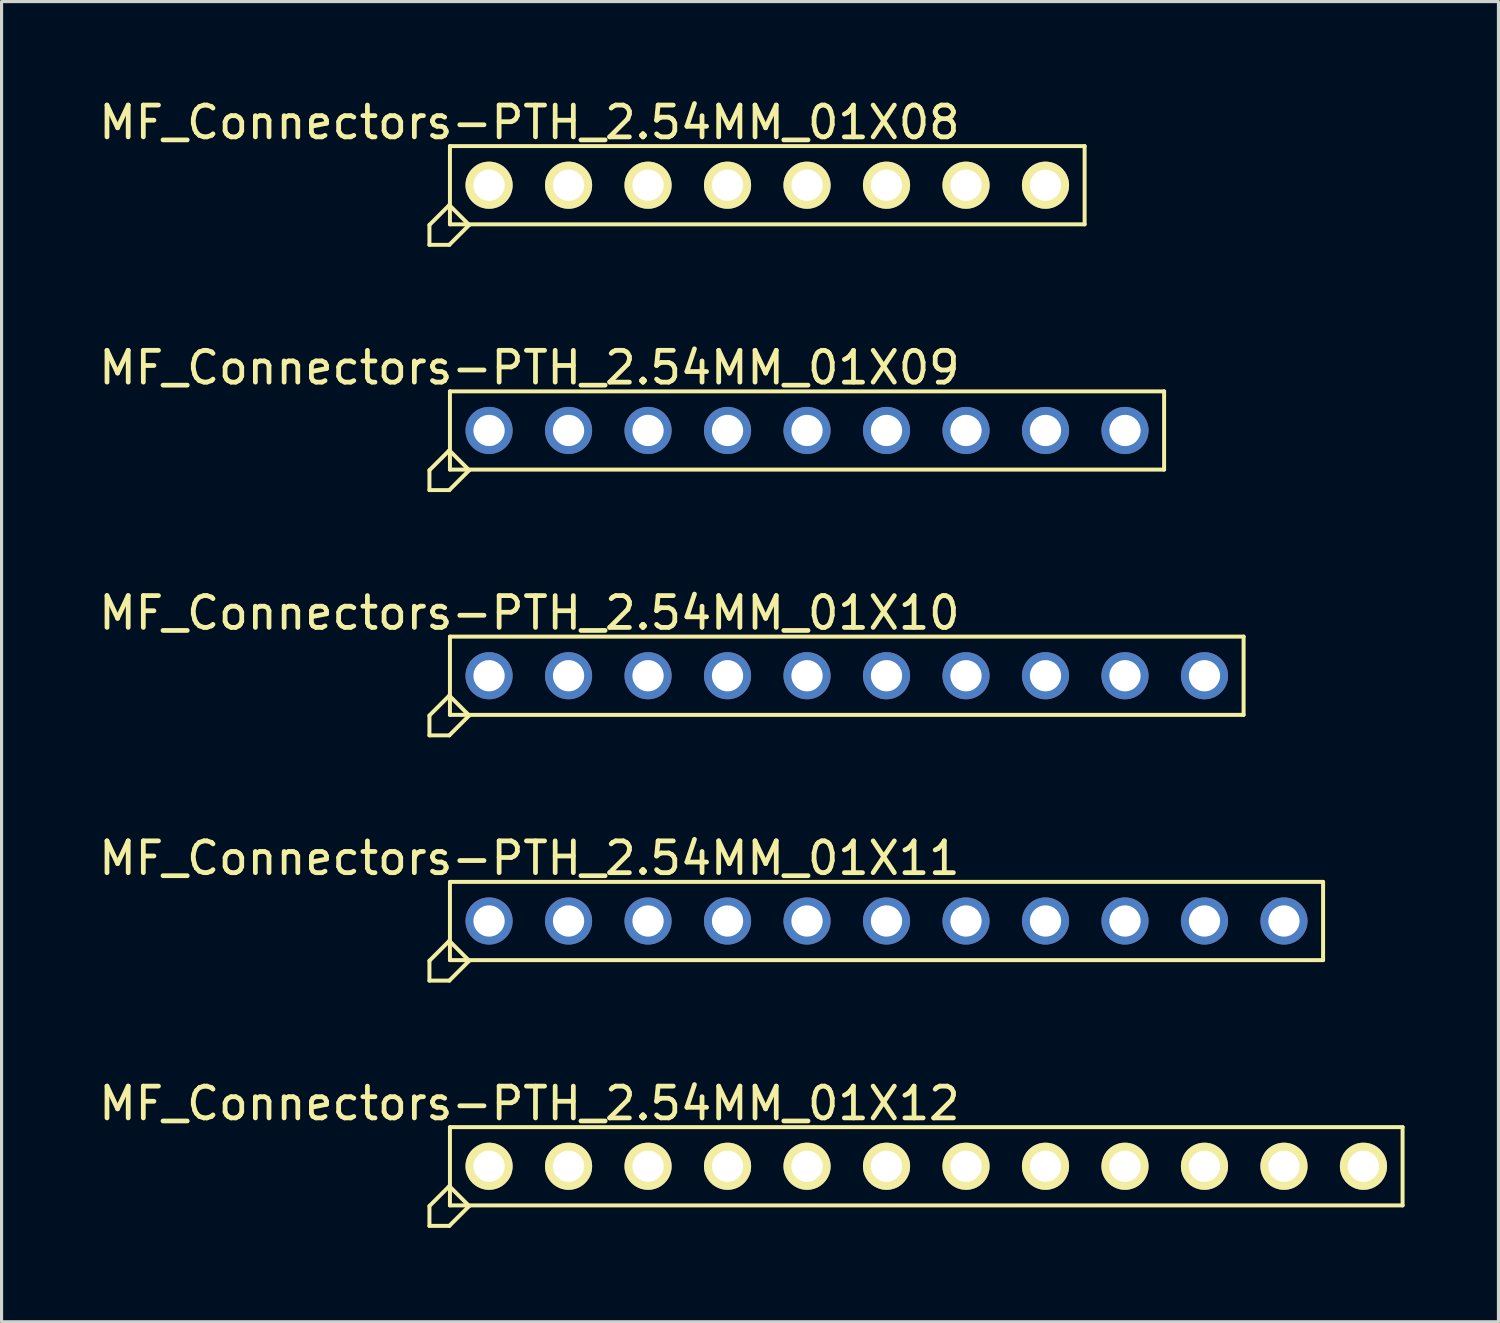
<source format=kicad_pcb>
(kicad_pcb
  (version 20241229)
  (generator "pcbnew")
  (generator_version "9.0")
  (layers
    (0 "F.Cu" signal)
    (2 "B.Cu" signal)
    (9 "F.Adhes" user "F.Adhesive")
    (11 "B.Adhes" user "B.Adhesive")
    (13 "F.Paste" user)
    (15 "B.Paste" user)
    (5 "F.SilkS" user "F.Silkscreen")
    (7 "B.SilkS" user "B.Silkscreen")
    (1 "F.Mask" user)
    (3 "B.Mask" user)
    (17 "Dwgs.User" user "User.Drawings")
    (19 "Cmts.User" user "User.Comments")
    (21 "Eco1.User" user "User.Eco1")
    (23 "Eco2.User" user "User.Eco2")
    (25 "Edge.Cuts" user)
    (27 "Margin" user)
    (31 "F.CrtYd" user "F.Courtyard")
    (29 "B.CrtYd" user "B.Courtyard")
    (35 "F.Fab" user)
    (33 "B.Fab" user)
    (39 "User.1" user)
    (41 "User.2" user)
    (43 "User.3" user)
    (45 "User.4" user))
  (footprint "MF_Connectors-PTH_2.54MM_01X12"
    (layer "F.Cu")
    (at 26.547 34.216)
    (property "Reference" "MF_Connectors-PTH_2.54MM_01X12" (at -12.68 -2.007 0) (layer "F.SilkS") (effects (font (size 1.016 1.016) (thickness 0.152))))
    (attr exclude_from_pos_files exclude_from_bom)
    (fp_line (start -15.875 1.27) (end -15.875 1.905) (stroke (width 0.127) (type solid)) (layer "F.SilkS"))
    (fp_line (start -15.875 1.905) (end -15.24 1.905) (stroke (width 0.127) (type solid)) (layer "F.SilkS"))
    (fp_line (start -15.24 0.635) (end -15.875 1.27) (stroke (width 0.127) (type solid)) (layer "F.SilkS"))
    (fp_line (start -15.24 1.905) (end -14.605 1.27) (stroke (width 0.127) (type solid)) (layer "F.SilkS"))
    (fp_line (start -15.22 -1.25) (end 15.22 -1.25) (stroke (width 0.127) (type solid)) (layer "F.SilkS"))
    (fp_line (start -15.22 1.25) (end -15.22 -1.25) (stroke (width 0.127) (type solid)) (layer "F.SilkS"))
    (fp_line (start -14.605 1.27) (end -15.24 0.635) (stroke (width 0.127) (type solid)) (layer "F.SilkS"))
    (fp_line (start 15.22 -1.25) (end 15.22 1.25) (stroke (width 0.127) (type solid)) (layer "F.SilkS"))
    (fp_line (start 15.22 1.25) (end -15.22 1.25) (stroke (width 0.127) (type solid)) (layer "F.SilkS"))
    (pad "P$1" thru_hole circle (at -13.97 0) (size 1.506 1.506) (drill 0.998) (layers "*.Cu" "F.Mask" "F.SilkS" "F.Paste"))
    (pad "P$2" thru_hole circle (at -11.43 0) (size 1.506 1.506) (drill 0.998) (layers "*.Cu" "F.Mask" "F.SilkS" "F.Paste"))
    (pad "P$3" thru_hole circle (at -8.89 0) (size 1.506 1.506) (drill 0.998) (layers "*.Cu" "F.Mask" "F.SilkS" "F.Paste"))
    (pad "P$4" thru_hole circle (at -6.35 0) (size 1.506 1.506) (drill 0.998) (layers "*.Cu" "F.Mask" "F.SilkS" "F.Paste"))
    (pad "P$5" thru_hole circle (at -3.81 0) (size 1.506 1.506) (drill 0.998) (layers "*.Cu" "F.Mask" "F.SilkS" "F.Paste"))
    (pad "P$6" thru_hole circle (at -1.27 0) (size 1.506 1.506) (drill 0.998) (layers "*.Cu" "F.Mask" "F.SilkS" "F.Paste"))
    (pad "P$7" thru_hole circle (at 1.27 0) (size 1.506 1.506) (drill 0.998) (layers "*.Cu" "F.Mask" "F.SilkS" "F.Paste"))
    (pad "P$8" thru_hole circle (at 3.81 0) (size 1.506 1.506) (drill 0.998) (layers "*.Cu" "F.Mask" "F.SilkS" "F.Paste"))
    (pad "P$9" thru_hole circle (at 6.35 0) (size 1.506 1.506) (drill 0.998) (layers "*.Cu" "F.Mask" "F.SilkS" "F.Paste"))
    (pad "P$10" thru_hole circle (at 8.89 0) (size 1.506 1.506) (drill 0.998) (layers "*.Cu" "F.Mask" "F.SilkS" "F.Paste"))
    (pad "P$11" thru_hole circle (at 11.43 0) (size 1.506 1.506) (drill 0.998) (layers "*.Cu" "F.Mask" "F.SilkS" "F.Paste"))
    (pad "P$12" thru_hole circle (at 13.97 0) (size 1.506 1.506) (drill 0.998) (layers "*.Cu" "F.Mask" "F.SilkS" "F.Paste")))
  (footprint "MF_Connectors-PTH_2.54MM_01X11"
    (layer "F.Cu")
    (at 25.277 26.379)
    (property "Reference" "MF_Connectors-PTH_2.54MM_01X11" (at -11.41 -2.007 0) (layer "F.SilkS") (effects (font (size 1.016 1.016) (thickness 0.152))))
    (attr exclude_from_pos_files exclude_from_bom)
    (fp_line (start -14.605 1.27) (end -14.605 1.905) (stroke (width 0.127) (type solid)) (layer "F.SilkS"))
    (fp_line (start -14.605 1.905) (end -13.97 1.905) (stroke (width 0.127) (type solid)) (layer "F.SilkS"))
    (fp_line (start -13.97 0.635) (end -14.605 1.27) (stroke (width 0.127) (type solid)) (layer "F.SilkS"))
    (fp_line (start -13.97 1.905) (end -13.335 1.27) (stroke (width 0.127) (type solid)) (layer "F.SilkS"))
    (fp_line (start -13.95 -1.25) (end 13.95 -1.25) (stroke (width 0.127) (type solid)) (layer "F.SilkS"))
    (fp_line (start -13.95 1.25) (end -13.95 -1.25) (stroke (width 0.127) (type solid)) (layer "F.SilkS"))
    (fp_line (start -13.335 1.27) (end -13.97 0.635) (stroke (width 0.127) (type solid)) (layer "F.SilkS"))
    (fp_line (start 13.95 -1.25) (end 13.95 1.25) (stroke (width 0.127) (type solid)) (layer "F.SilkS"))
    (fp_line (start 13.95 1.25) (end -13.95 1.25) (stroke (width 0.127) (type solid)) (layer "F.SilkS"))
    (pad "1" thru_hole circle (at -12.7 0) (size 1.506 1.506) (drill 0.998) (layers "*.Cu" "*.Mask"))
    (pad "2" thru_hole circle (at -10.16 0) (size 1.506 1.506) (drill 0.998) (layers "*.Cu" "*.Mask"))
    (pad "3" thru_hole circle (at -7.62 0) (size 1.506 1.506) (drill 0.998) (layers "*.Cu" "*.Mask"))
    (pad "4" thru_hole circle (at -5.08 0) (size 1.506 1.506) (drill 0.998) (layers "*.Cu" "*.Mask"))
    (pad "5" thru_hole circle (at -2.54 0) (size 1.506 1.506) (drill 0.998) (layers "*.Cu" "*.Mask"))
    (pad "6" thru_hole circle (at 0 0) (size 1.506 1.506) (drill 0.998) (layers "*.Cu" "*.Mask"))
    (pad "7" thru_hole circle (at 2.54 0) (size 1.506 1.506) (drill 0.998) (layers "*.Cu" "*.Mask"))
    (pad "8" thru_hole circle (at 5.08 0) (size 1.506 1.506) (drill 0.998) (layers "*.Cu" "*.Mask"))
    (pad "9" thru_hole circle (at 7.62 0) (size 1.506 1.506) (drill 0.998) (layers "*.Cu" "*.Mask"))
    (pad "10" thru_hole circle (at 10.16 0) (size 1.506 1.506) (drill 0.998) (layers "*.Cu" "*.Mask"))
    (pad "11" thru_hole circle (at 12.7 0) (size 1.506 1.506) (drill 0.998) (layers "*.Cu" "*.Mask")))
  (footprint "MF_Connectors-PTH_2.54MM_01X10"
    (layer "F.Cu")
    (at 24.007 18.542)
    (property "Reference" "MF_Connectors-PTH_2.54MM_01X10" (at -10.14 -2.007 0) (layer "F.SilkS") (effects (font (size 1.016 1.016) (thickness 0.152))))
    (attr exclude_from_pos_files exclude_from_bom)
    (fp_line (start -13.335 1.27) (end -13.335 1.905) (stroke (width 0.127) (type solid)) (layer "F.SilkS"))
    (fp_line (start -13.335 1.905) (end -12.7 1.905) (stroke (width 0.127) (type solid)) (layer "F.SilkS"))
    (fp_line (start -12.7 0.635) (end -13.335 1.27) (stroke (width 0.127) (type solid)) (layer "F.SilkS"))
    (fp_line (start -12.7 1.905) (end -12.065 1.27) (stroke (width 0.127) (type solid)) (layer "F.SilkS"))
    (fp_line (start -12.68 -1.25) (end 12.68 -1.25) (stroke (width 0.127) (type solid)) (layer "F.SilkS"))
    (fp_line (start -12.68 1.25) (end -12.68 -1.25) (stroke (width 0.127) (type solid)) (layer "F.SilkS"))
    (fp_line (start -12.065 1.27) (end -12.7 0.635) (stroke (width 0.127) (type solid)) (layer "F.SilkS"))
    (fp_line (start 12.68 -1.25) (end 12.68 1.25) (stroke (width 0.127) (type solid)) (layer "F.SilkS"))
    (fp_line (start 12.68 1.25) (end -12.68 1.25) (stroke (width 0.127) (type solid)) (layer "F.SilkS"))
    (pad "1" thru_hole circle (at -11.43 0) (size 1.506 1.506) (drill 0.998) (layers "*.Cu" "*.Mask"))
    (pad "2" thru_hole circle (at -8.89 0) (size 1.506 1.506) (drill 0.998) (layers "*.Cu" "*.Mask"))
    (pad "3" thru_hole circle (at -6.35 0) (size 1.506 1.506) (drill 0.998) (layers "*.Cu" "*.Mask"))
    (pad "4" thru_hole circle (at -3.81 0) (size 1.506 1.506) (drill 0.998) (layers "*.Cu" "*.Mask"))
    (pad "5" thru_hole circle (at -1.27 0) (size 1.506 1.506) (drill 0.998) (layers "*.Cu" "*.Mask"))
    (pad "6" thru_hole circle (at 1.27 0) (size 1.506 1.506) (drill 0.998) (layers "*.Cu" "*.Mask"))
    (pad "7" thru_hole circle (at 3.81 0) (size 1.506 1.506) (drill 0.998) (layers "*.Cu" "*.Mask"))
    (pad "8" thru_hole circle (at 6.35 0) (size 1.506 1.506) (drill 0.998) (layers "*.Cu" "*.Mask"))
    (pad "9" thru_hole circle (at 8.89 0) (size 1.506 1.506) (drill 0.998) (layers "*.Cu" "*.Mask"))
    (pad "10" thru_hole circle (at 11.43 0) (size 1.506 1.506) (drill 0.998) (layers "*.Cu" "*.Mask")))
  (footprint "MF_Connectors-PTH_2.54MM_01X08"
    (layer "F.Cu")
    (at 21.467 2.868)
    (property "Reference" "MF_Connectors-PTH_2.54MM_01X08" (at -7.6 -2.007 0) (layer "F.SilkS") (effects (font (size 1.016 1.016) (thickness 0.152))))
    (attr exclude_from_pos_files exclude_from_bom)
    (fp_line (start -10.795 1.27) (end -10.795 1.905) (stroke (width 0.127) (type solid)) (layer "F.SilkS"))
    (fp_line (start -10.795 1.905) (end -10.16 1.905) (stroke (width 0.127) (type solid)) (layer "F.SilkS"))
    (fp_line (start -10.16 0.635) (end -10.795 1.27) (stroke (width 0.127) (type solid)) (layer "F.SilkS"))
    (fp_line (start -10.16 1.905) (end -9.525 1.27) (stroke (width 0.127) (type solid)) (layer "F.SilkS"))
    (fp_line (start -10.14 -1.25) (end 10.14 -1.25) (stroke (width 0.127) (type solid)) (layer "F.SilkS"))
    (fp_line (start -10.14 1.25) (end -10.14 -1.25) (stroke (width 0.127) (type solid)) (layer "F.SilkS"))
    (fp_line (start -9.525 1.27) (end -10.16 0.635) (stroke (width 0.127) (type solid)) (layer "F.SilkS"))
    (fp_line (start 10.14 -1.25) (end 10.14 1.25) (stroke (width 0.127) (type solid)) (layer "F.SilkS"))
    (fp_line (start 10.14 1.25) (end -10.14 1.25) (stroke (width 0.127) (type solid)) (layer "F.SilkS"))
    (pad "P$1" thru_hole circle (at -8.89 0) (size 1.506 1.506) (drill 0.998) (layers "*.Cu" "F.Mask" "F.SilkS" "F.Paste"))
    (pad "P$2" thru_hole circle (at -6.35 0) (size 1.506 1.506) (drill 0.998) (layers "*.Cu" "F.Mask" "F.SilkS" "F.Paste"))
    (pad "P$3" thru_hole circle (at -3.81 0) (size 1.506 1.506) (drill 0.998) (layers "*.Cu" "F.Mask" "F.SilkS" "F.Paste"))
    (pad "P$4" thru_hole circle (at -1.27 0) (size 1.506 1.506) (drill 0.998) (layers "*.Cu" "F.Mask" "F.SilkS" "F.Paste"))
    (pad "P$5" thru_hole circle (at 1.27 0) (size 1.506 1.506) (drill 0.998) (layers "*.Cu" "F.Mask" "F.SilkS" "F.Paste"))
    (pad "P$6" thru_hole circle (at 3.81 0) (size 1.506 1.506) (drill 0.998) (layers "*.Cu" "F.Mask" "F.SilkS" "F.Paste"))
    (pad "P$7" thru_hole circle (at 6.35 0) (size 1.506 1.506) (drill 0.998) (layers "*.Cu" "F.Mask" "F.SilkS" "F.Paste"))
    (pad "P$8" thru_hole circle (at 8.89 0) (size 1.506 1.506) (drill 0.998) (layers "*.Cu" "F.Mask" "F.SilkS" "F.Paste")))
  (footprint "MF_Connectors-PTH_2.54MM_01X09"
    (layer "F.Cu")
    (at 22.737 10.705)
    (property "Reference" "MF_Connectors-PTH_2.54MM_01X09" (at -8.87 -2.007 0) (layer "F.SilkS") (effects (font (size 1.016 1.016) (thickness 0.152))))
    (attr exclude_from_pos_files exclude_from_bom)
    (fp_line (start -12.065 1.27) (end -12.065 1.905) (stroke (width 0.127) (type solid)) (layer "F.SilkS"))
    (fp_line (start -12.065 1.905) (end -11.43 1.905) (stroke (width 0.127) (type solid)) (layer "F.SilkS"))
    (fp_line (start -11.43 0.635) (end -12.065 1.27) (stroke (width 0.127) (type solid)) (layer "F.SilkS"))
    (fp_line (start -11.43 1.905) (end -10.795 1.27) (stroke (width 0.127) (type solid)) (layer "F.SilkS"))
    (fp_line (start -11.41 -1.25) (end 11.41 -1.25) (stroke (width 0.127) (type solid)) (layer "F.SilkS"))
    (fp_line (start -11.41 1.25) (end -11.41 -1.25) (stroke (width 0.127) (type solid)) (layer "F.SilkS"))
    (fp_line (start -10.795 1.27) (end -11.43 0.635) (stroke (width 0.127) (type solid)) (layer "F.SilkS"))
    (fp_line (start 11.41 -1.25) (end 11.41 1.25) (stroke (width 0.127) (type solid)) (layer "F.SilkS"))
    (fp_line (start 11.41 1.25) (end -11.41 1.25) (stroke (width 0.127) (type solid)) (layer "F.SilkS"))
    (pad "1" thru_hole circle (at -10.16 0) (size 1.506 1.506) (drill 0.998) (layers "*.Cu" "*.Mask"))
    (pad "2" thru_hole circle (at -7.62 0) (size 1.506 1.506) (drill 0.998) (layers "*.Cu" "*.Mask"))
    (pad "3" thru_hole circle (at -5.08 0) (size 1.506 1.506) (drill 0.998) (layers "*.Cu" "*.Mask"))
    (pad "4" thru_hole circle (at -2.54 0) (size 1.506 1.506) (drill 0.998) (layers "*.Cu" "*.Mask"))
    (pad "5" thru_hole circle (at 0 0) (size 1.506 1.506) (drill 0.998) (layers "*.Cu" "*.Mask"))
    (pad "6" thru_hole circle (at 2.54 0) (size 1.506 1.506) (drill 0.998) (layers "*.Cu" "*.Mask"))
    (pad "7" thru_hole circle (at 5.08 0) (size 1.506 1.506) (drill 0.998) (layers "*.Cu" "*.Mask"))
    (pad "8" thru_hole circle (at 7.62 0) (size 1.506 1.506) (drill 0.998) (layers "*.Cu" "*.Mask"))
    (pad "9" thru_hole circle (at 10.16 0) (size 1.506 1.506) (drill 0.998) (layers "*.Cu" "*.Mask")))
  (gr_rect
    (start -3 -3)
    (end 44.83 39.185)
    (stroke (width 0.1) (type default))
    (fill no)
    (layer "Edge.Cuts")))
</source>
